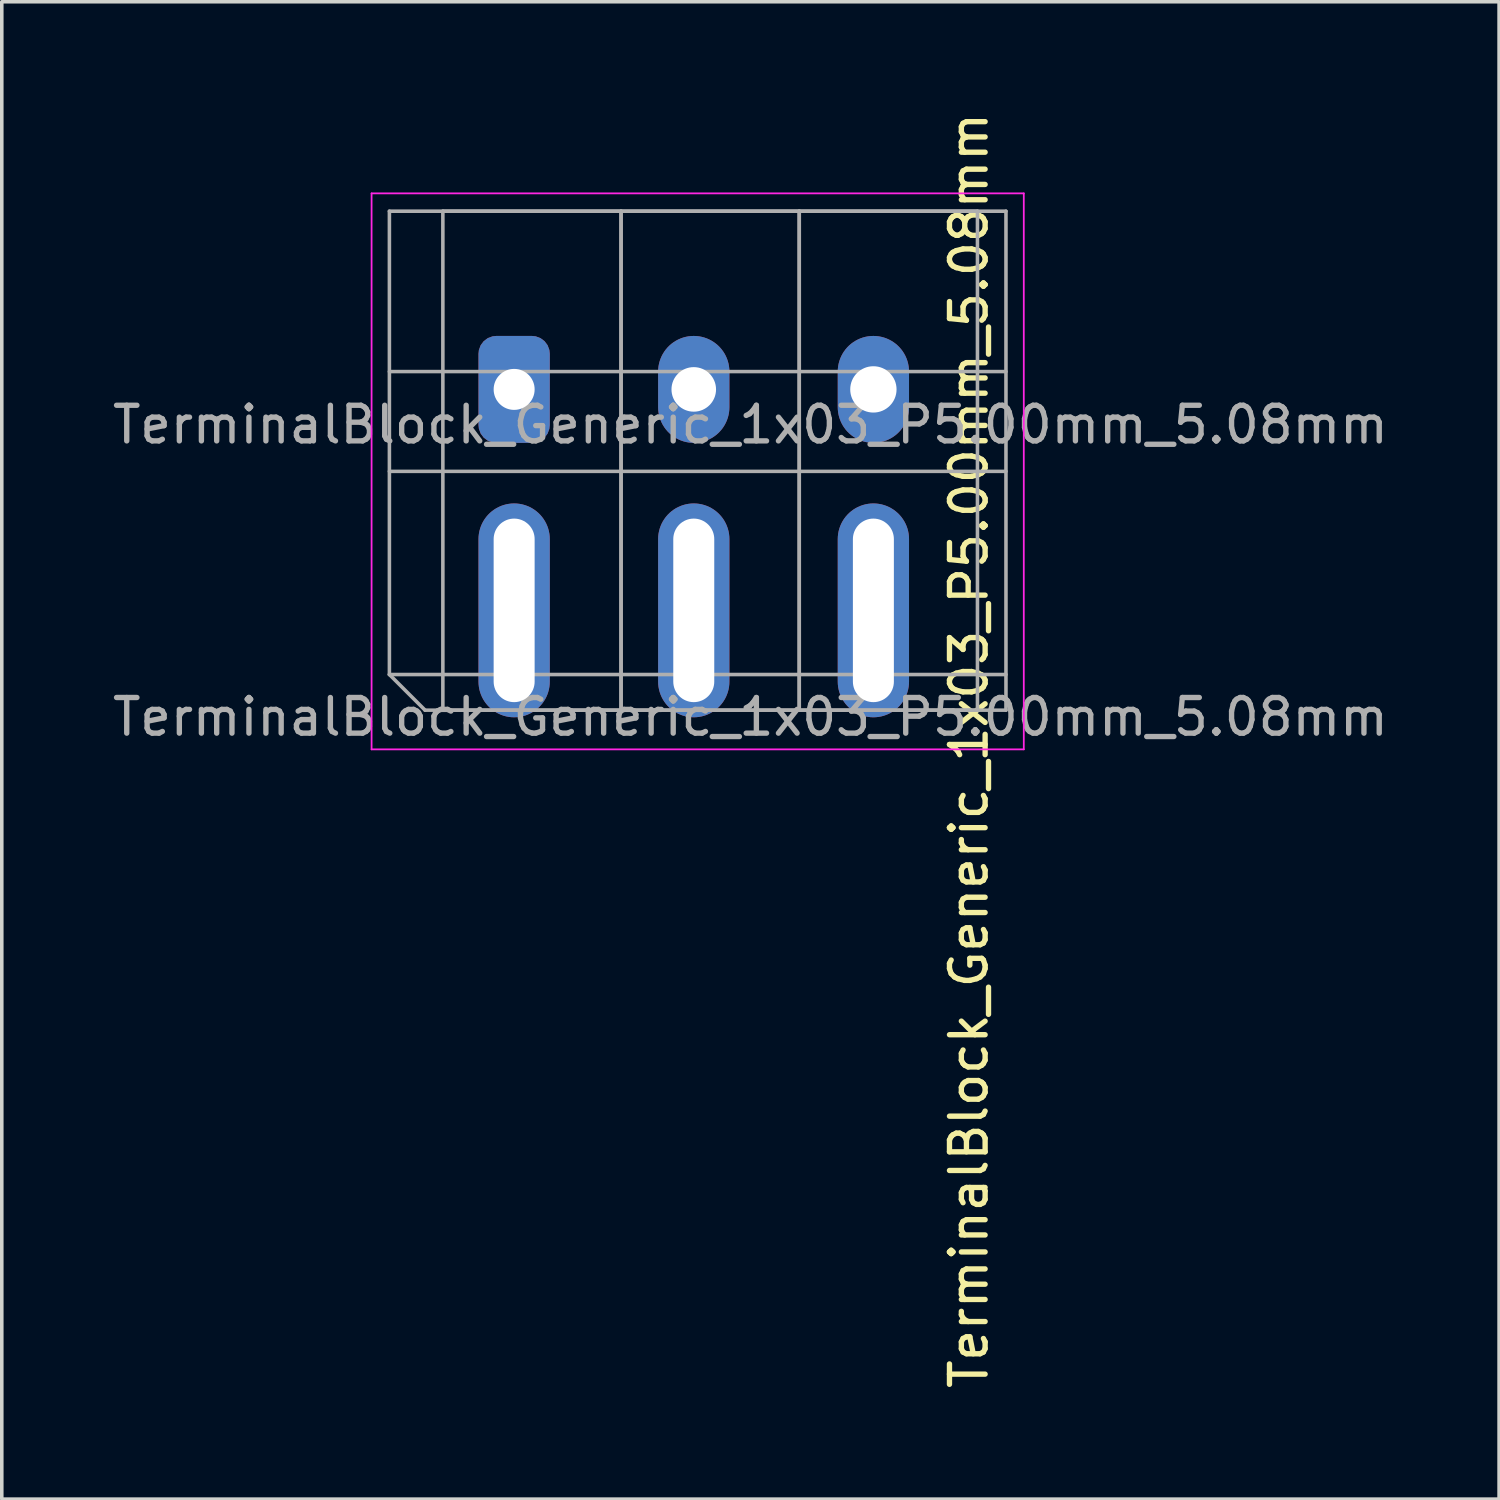
<source format=kicad_pcb>
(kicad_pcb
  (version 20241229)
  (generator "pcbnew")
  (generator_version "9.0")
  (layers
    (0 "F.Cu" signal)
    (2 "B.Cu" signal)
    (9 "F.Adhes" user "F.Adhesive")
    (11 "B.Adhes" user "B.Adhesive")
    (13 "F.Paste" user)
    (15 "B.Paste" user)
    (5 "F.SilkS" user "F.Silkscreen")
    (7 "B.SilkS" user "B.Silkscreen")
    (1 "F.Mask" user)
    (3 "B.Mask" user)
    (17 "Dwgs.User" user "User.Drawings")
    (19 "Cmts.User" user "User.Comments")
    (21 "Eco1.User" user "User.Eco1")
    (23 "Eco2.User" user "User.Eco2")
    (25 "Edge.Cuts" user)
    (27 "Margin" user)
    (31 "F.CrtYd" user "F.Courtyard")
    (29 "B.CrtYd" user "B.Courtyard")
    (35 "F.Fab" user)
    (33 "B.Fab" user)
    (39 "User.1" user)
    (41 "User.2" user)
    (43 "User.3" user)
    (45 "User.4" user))
  (footprint "TerminalBlock_Generic_1x03_P5.00mm_5.08mm"
    (layer "F.Cu")
    (at 11.376 7.876)
    (property "Reference" "TerminalBlock_Generic_1x03_P5.00mm_5.08mm" (at 12.76 10.13 270) (layer "F.SilkS") (effects (font (size 1 1) (thickness 0.15))))
    (attr through_hole)
    (fp_line (start -4 -5.5) (end -4 10.1) (stroke (width 0.05) (type solid)) (layer "F.CrtYd"))
    (fp_line (start -4 10.1) (end 14.3 10.1) (stroke (width 0.05) (type solid)) (layer "F.CrtYd"))
    (fp_line (start 14.3 -5.5) (end -4 -5.5) (stroke (width 0.05) (type solid)) (layer "F.CrtYd"))
    (fp_line (start 14.3 10.1) (end 14.3 -5.5) (stroke (width 0.05) (type solid)) (layer "F.CrtYd"))
    (fp_line (start -3.5 -5) (end 13.8 -5) (stroke (width 0.1) (type solid)) (layer "F.Fab"))
    (fp_line (start -3.5 -0.5) (end 13.8 -0.5) (stroke (width 0.1) (type solid)) (layer "F.Fab"))
    (fp_line (start -3.5 2.3) (end 13.8 2.3) (stroke (width 0.1) (type solid)) (layer "F.Fab"))
    (fp_line (start -3.5 8) (end -3.5 -5) (stroke (width 0.1) (type solid)) (layer "F.Fab"))
    (fp_line (start -3.5 8) (end 13.8 8) (stroke (width 0.1) (type solid)) (layer "F.Fab"))
    (fp_line (start -2.5 9) (end -3.5 8) (stroke (width 0.1) (type solid)) (layer "F.Fab"))
    (fp_line (start -2 -5) (end -2 9) (stroke (width 0.1) (type solid)) (layer "F.Fab"))
    (fp_line (start -2 9) (end 3 9) (stroke (width 0.1) (type solid)) (layer "F.Fab"))
    (fp_line (start 3 -5) (end -2 -5) (stroke (width 0.1) (type solid)) (layer "F.Fab"))
    (fp_line (start 3 -5) (end 3 9) (stroke (width 0.1) (type solid)) (layer "F.Fab"))
    (fp_line (start 3 9) (end 3 -5) (stroke (width 0.1) (type solid)) (layer "F.Fab"))
    (fp_line (start 3 9) (end 8 9) (stroke (width 0.1) (type solid)) (layer "F.Fab"))
    (fp_line (start 8 -5) (end 3 -5) (stroke (width 0.1) (type solid)) (layer "F.Fab"))
    (fp_line (start 8 -5) (end 8 9) (stroke (width 0.1) (type solid)) (layer "F.Fab"))
    (fp_line (start 8 9) (end 8 -5) (stroke (width 0.1) (type solid)) (layer "F.Fab"))
    (fp_line (start 8 9) (end 13 9) (stroke (width 0.1) (type solid)) (layer "F.Fab"))
    (fp_line (start 13 -5) (end 8 -5) (stroke (width 0.1) (type solid)) (layer "F.Fab"))
    (fp_line (start 13 9) (end 13 -5) (stroke (width 0.1) (type solid)) (layer "F.Fab"))
    (fp_line (start 13.8 -5) (end 13.8 9) (stroke (width 0.1) (type solid)) (layer "F.Fab"))
    (fp_line (start 13.8 9) (end -2.5 9) (stroke (width 0.1) (type solid)) (layer "F.Fab"))
    (fp_circle (center 0 0) (end 0.575 0) (stroke (width 0.001) (type solid)) (fill no) (layer "User.1"))
    (fp_circle (center 0 8.2) (end 0.575 8.2) (stroke (width 0.001) (type solid)) (fill no) (layer "User.1"))
    (fp_circle (center 5 0) (end 5.575 0) (stroke (width 0.001) (type solid)) (fill no) (layer "User.1"))
    (fp_circle (center 5 8.2) (end 5.575 8.2) (stroke (width 0.001) (type solid)) (fill no) (layer "User.1"))
    (fp_circle (center 5.08 0) (end 5.655 0) (stroke (width 0.001) (type solid)) (fill no) (layer "User.1"))
    (fp_circle (center 5.08 8.2) (end 5.655 8.2) (stroke (width 0.001) (type solid)) (fill no) (layer "User.1"))
    (fp_circle (center 10 0) (end 10.575 0) (stroke (width 0.001) (type solid)) (fill no) (layer "User.1"))
    (fp_circle (center 10 8.2) (end 10.575 8.2) (stroke (width 0.001) (type solid)) (fill no) (layer "User.1"))
    (fp_circle (center 10.16 0) (end 10.735 0) (stroke (width 0.001) (type solid)) (fill no) (layer "User.1"))
    (fp_circle (center 10.16 8.2) (end 10.735 8.2) (stroke (width 0.001) (type solid)) (fill no) (layer "User.1"))
    (fp_text user "${REFERENCE}" (at 6.63 0.99 0) (layer "F.Fab") (effects (font (size 1 1) (thickness 0.15))))
    (fp_text user "${REFERENCE}" (at 6.63 9.19 0) (layer "F.Fab") (effects (font (size 1 1) (thickness 0.15))))
    (pad "1" thru_hole roundrect (at 0 0) (size 2 3) (drill 1.15) (layers "*.Cu" "*.Mask") (roundrect_rratio 0.25))
    (pad "1" thru_hole oval (at 0 6.2) (size 2 6) (drill oval 1.15 5.15) (layers "*.Cu" "*.Mask"))
    (pad "2" thru_hole oval (at 5.04 0) (size 2 3) (drill 1.25) (layers "*.Cu" "*.Mask"))
    (pad "2" thru_hole oval (at 5.04 6.2) (size 2 6) (drill oval 1.15 5.15) (layers "*.Cu" "*.Mask"))
    (pad "3" thru_hole oval (at 10.08 0) (size 2 3) (drill 1.3) (layers "*.Cu" "*.Mask"))
    (pad "3" thru_hole oval (at 10.08 6.2) (size 2 6) (drill oval 1.15 5.15) (layers "*.Cu" "*.Mask")))
  (gr_rect
    (start -3 -3)
    (end 39.012 39.012)
    (stroke (width 0.1) (type default))
    (fill no)
    (layer "Edge.Cuts")))
</source>
